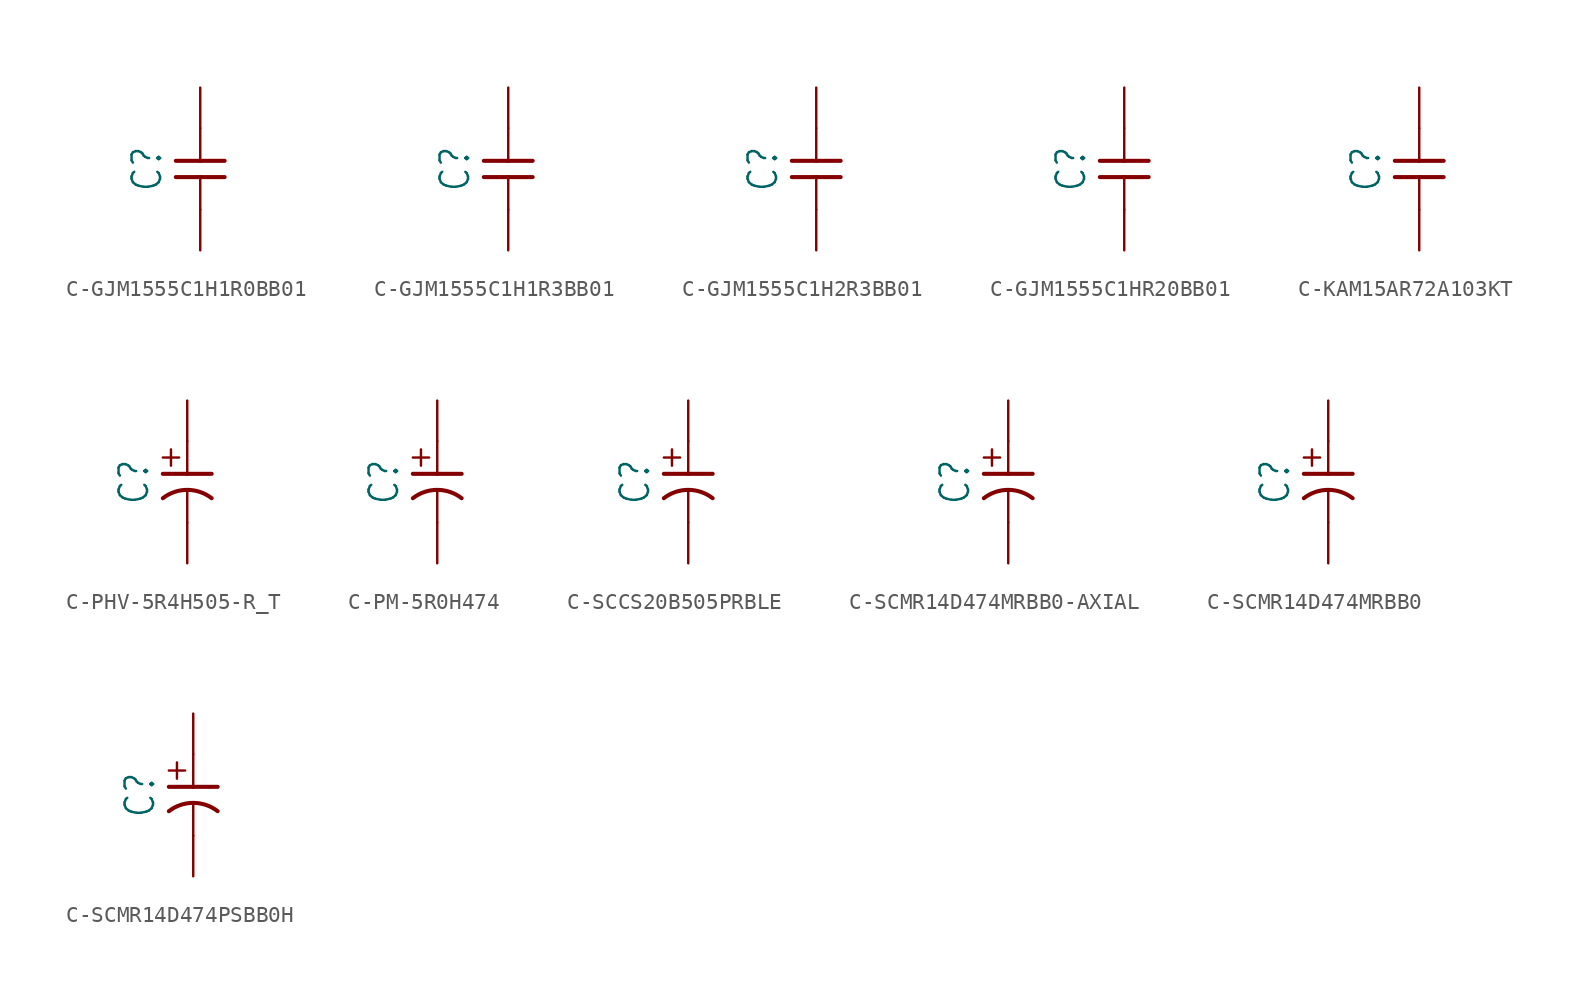
<source format=kicad_sym>
(kicad_symbol_lib
  (version 20231120)
  (generator "kicad_symbol_editor")
  (generator_version "8.0")
  (symbol "C-GJM1555C1H1R0BB01"
    (property "Reference" "C"
      (at -2.286 0 90)
      (effects (font (size 1.778 1.511)) (justify bottom)))
    (property "Value" ""
      (at 2.286 0 90)
      (effects (font (size 1.778 1.511)) (justify top)))
    (property "ki_locked" ""
      (at 0 0 0)
      (effects (font (size 1.27 1.27))))
    (symbol "C-GJM1555C1H1R0BB01_1_0"
      (polyline (pts (xy -1.524 0.508) (xy 0 0.508)) (stroke (width 0.254) (type solid)) (fill (type none)))
      (polyline (pts (xy 0 -2.54) (xy 0 -0.508)) (stroke (width 0.152) (type solid)) (fill (type none)))
      (polyline (pts (xy 0 -0.508) (xy -1.524 -0.508)) (stroke (width 0.254) (type solid)) (fill (type none)))
      (polyline (pts (xy 0 0.508) (xy 0 2.54)) (stroke (width 0.152) (type solid)) (fill (type none)))
      (polyline (pts (xy 0 0.508) (xy 1.524 0.508)) (stroke (width 0.254) (type solid)) (fill (type none)))
      (polyline (pts (xy 1.524 -0.508) (xy 0 -0.508)) (stroke (width 0.254) (type solid)) (fill (type none)))
      (pin passive line (at 0 5.08 270) (length 2.54) (name "1" (effects (font (size 0 0)))) (number "1" (effects (font (size 0 0)))))
      (pin passive line (at 0 -5.08 90) (length 2.54) (name "2" (effects (font (size 0 0)))) (number "2" (effects (font (size 0 0)))))))
  (symbol "C-GJM1555C1H1R3BB01"
    (property "Reference" "C"
      (at -2.286 0 90)
      (effects (font (size 1.778 1.511)) (justify bottom)))
    (property "Value" ""
      (at 2.286 0 90)
      (effects (font (size 1.778 1.511)) (justify top)))
    (property "ki_locked" ""
      (at 0 0 0)
      (effects (font (size 1.27 1.27))))
    (symbol "C-GJM1555C1H1R3BB01_1_0"
      (polyline (pts (xy -1.524 0.508) (xy 0 0.508)) (stroke (width 0.254) (type solid)) (fill (type none)))
      (polyline (pts (xy 0 -2.54) (xy 0 -0.508)) (stroke (width 0.152) (type solid)) (fill (type none)))
      (polyline (pts (xy 0 -0.508) (xy -1.524 -0.508)) (stroke (width 0.254) (type solid)) (fill (type none)))
      (polyline (pts (xy 0 0.508) (xy 0 2.54)) (stroke (width 0.152) (type solid)) (fill (type none)))
      (polyline (pts (xy 0 0.508) (xy 1.524 0.508)) (stroke (width 0.254) (type solid)) (fill (type none)))
      (polyline (pts (xy 1.524 -0.508) (xy 0 -0.508)) (stroke (width 0.254) (type solid)) (fill (type none)))
      (pin passive line (at 0 5.08 270) (length 2.54) (name "1" (effects (font (size 0 0)))) (number "1" (effects (font (size 0 0)))))
      (pin passive line (at 0 -5.08 90) (length 2.54) (name "2" (effects (font (size 0 0)))) (number "2" (effects (font (size 0 0)))))))
  (symbol "C-GJM1555C1H2R3BB01"
    (property "Reference" "C"
      (at -2.286 0 90)
      (effects (font (size 1.778 1.511)) (justify bottom)))
    (property "Value" ""
      (at 2.286 0 90)
      (effects (font (size 1.778 1.511)) (justify top)))
    (property "ki_locked" ""
      (at 0 0 0)
      (effects (font (size 1.27 1.27))))
    (symbol "C-GJM1555C1H2R3BB01_1_0"
      (polyline (pts (xy -1.524 0.508) (xy 0 0.508)) (stroke (width 0.254) (type solid)) (fill (type none)))
      (polyline (pts (xy 0 -2.54) (xy 0 -0.508)) (stroke (width 0.152) (type solid)) (fill (type none)))
      (polyline (pts (xy 0 -0.508) (xy -1.524 -0.508)) (stroke (width 0.254) (type solid)) (fill (type none)))
      (polyline (pts (xy 0 0.508) (xy 0 2.54)) (stroke (width 0.152) (type solid)) (fill (type none)))
      (polyline (pts (xy 0 0.508) (xy 1.524 0.508)) (stroke (width 0.254) (type solid)) (fill (type none)))
      (polyline (pts (xy 1.524 -0.508) (xy 0 -0.508)) (stroke (width 0.254) (type solid)) (fill (type none)))
      (pin passive line (at 0 5.08 270) (length 2.54) (name "1" (effects (font (size 0 0)))) (number "1" (effects (font (size 0 0)))))
      (pin passive line (at 0 -5.08 90) (length 2.54) (name "2" (effects (font (size 0 0)))) (number "2" (effects (font (size 0 0)))))))
  (symbol "C-GJM1555C1HR20BB01"
    (property "Reference" "C"
      (at -2.286 0 90)
      (effects (font (size 1.778 1.511)) (justify bottom)))
    (property "Value" ""
      (at 2.286 0 90)
      (effects (font (size 1.778 1.511)) (justify top)))
    (property "ki_locked" ""
      (at 0 0 0)
      (effects (font (size 1.27 1.27))))
    (symbol "C-GJM1555C1HR20BB01_1_0"
      (polyline (pts (xy -1.524 0.508) (xy 0 0.508)) (stroke (width 0.254) (type solid)) (fill (type none)))
      (polyline (pts (xy 0 -2.54) (xy 0 -0.508)) (stroke (width 0.152) (type solid)) (fill (type none)))
      (polyline (pts (xy 0 -0.508) (xy -1.524 -0.508)) (stroke (width 0.254) (type solid)) (fill (type none)))
      (polyline (pts (xy 0 0.508) (xy 0 2.54)) (stroke (width 0.152) (type solid)) (fill (type none)))
      (polyline (pts (xy 0 0.508) (xy 1.524 0.508)) (stroke (width 0.254) (type solid)) (fill (type none)))
      (polyline (pts (xy 1.524 -0.508) (xy 0 -0.508)) (stroke (width 0.254) (type solid)) (fill (type none)))
      (pin passive line (at 0 5.08 270) (length 2.54) (name "1" (effects (font (size 0 0)))) (number "1" (effects (font (size 0 0)))))
      (pin passive line (at 0 -5.08 90) (length 2.54) (name "2" (effects (font (size 0 0)))) (number "2" (effects (font (size 0 0)))))))
  (symbol "C-KAM15AR72A103KT"
    (property "Reference" "C"
      (at -2.286 0 90)
      (effects (font (size 1.778 1.511)) (justify bottom)))
    (property "Value" ""
      (at 2.286 0 90)
      (effects (font (size 1.778 1.511)) (justify top)))
    (property "ki_locked" ""
      (at 0 0 0)
      (effects (font (size 1.27 1.27))))
    (symbol "C-KAM15AR72A103KT_1_0"
      (polyline (pts (xy -1.524 0.508) (xy 0 0.508)) (stroke (width 0.254) (type solid)) (fill (type none)))
      (polyline (pts (xy 0 -2.54) (xy 0 -0.508)) (stroke (width 0.152) (type solid)) (fill (type none)))
      (polyline (pts (xy 0 -0.508) (xy -1.524 -0.508)) (stroke (width 0.254) (type solid)) (fill (type none)))
      (polyline (pts (xy 0 0.508) (xy 0 2.54)) (stroke (width 0.152) (type solid)) (fill (type none)))
      (polyline (pts (xy 0 0.508) (xy 1.524 0.508)) (stroke (width 0.254) (type solid)) (fill (type none)))
      (polyline (pts (xy 1.524 -0.508) (xy 0 -0.508)) (stroke (width 0.254) (type solid)) (fill (type none)))
      (pin passive line (at 0 5.08 270) (length 2.54) (name "1" (effects (font (size 0 0)))) (number "1" (effects (font (size 0 0)))))
      (pin passive line (at 0 -5.08 90) (length 2.54) (name "2" (effects (font (size 0 0)))) (number "2" (effects (font (size 0 0)))))))
  (symbol "C-PHV-5R4H505-R_T"
    (property "Reference" "C"
      (at -2.286 0 90)
      (effects (font (size 1.778 1.511)) (justify bottom)))
    (property "Value" ""
      (at 2.286 0 90)
      (effects (font (size 1.778 1.511)) (justify top)))
    (property "ki_locked" ""
      (at 0 0 0)
      (effects (font (size 1.27 1.27))))
    (symbol "C-PHV-5R4H505-R_T_1_0"
      (polyline (pts (xy -1.524 0.508) (xy 0 0.508)) (stroke (width 0.254) (type solid)) (fill (type none)))
      (polyline (pts (xy -1.524 1.524) (xy -0.508 1.524)) (stroke (width 0.152) (type solid)) (fill (type none)))
      (polyline (pts (xy -1.016 1.016) (xy -1.016 2.032)) (stroke (width 0.152) (type solid)) (fill (type none)))
      (polyline (pts (xy 0 -2.54) (xy 0 -0.508)) (stroke (width 0.152) (type solid)) (fill (type none)))
      (polyline (pts (xy 0 0.508) (xy 0 2.54)) (stroke (width 0.152) (type solid)) (fill (type none)))
      (polyline (pts (xy 0 0.508) (xy 1.524 0.508)) (stroke (width 0.254) (type solid)) (fill (type none)))
      (arc (start 1.5239 -1.0159) (mid -0.0001 -0.495) (end -1.524 -1.016) (stroke (width 0.254) (type solid)) (fill (type none)))
      (pin passive line (at 0 5.08 270) (length 2.54) (name "A" (effects (font (size 0 0)))) (number "A" (effects (font (size 0 0)))))
      (pin passive line (at 0 -5.08 90) (length 2.54) (name "C" (effects (font (size 0 0)))) (number "C" (effects (font (size 0 0)))))))
  (symbol "C-PM-5R0H474"
    (property "Reference" "C"
      (at -2.286 0 90)
      (effects (font (size 1.778 1.511)) (justify bottom)))
    (property "Value" ""
      (at 2.286 0 90)
      (effects (font (size 1.778 1.511)) (justify top)))
    (property "ki_locked" ""
      (at 0 0 0)
      (effects (font (size 1.27 1.27))))
    (symbol "C-PM-5R0H474_1_0"
      (polyline (pts (xy -1.524 0.508) (xy 0 0.508)) (stroke (width 0.254) (type solid)) (fill (type none)))
      (polyline (pts (xy -1.524 1.524) (xy -0.508 1.524)) (stroke (width 0.152) (type solid)) (fill (type none)))
      (polyline (pts (xy -1.016 1.016) (xy -1.016 2.032)) (stroke (width 0.152) (type solid)) (fill (type none)))
      (polyline (pts (xy 0 -2.54) (xy 0 -0.508)) (stroke (width 0.152) (type solid)) (fill (type none)))
      (polyline (pts (xy 0 0.508) (xy 0 2.54)) (stroke (width 0.152) (type solid)) (fill (type none)))
      (polyline (pts (xy 0 0.508) (xy 1.524 0.508)) (stroke (width 0.254) (type solid)) (fill (type none)))
      (arc (start 1.5239 -1.0159) (mid -0.0001 -0.495) (end -1.524 -1.016) (stroke (width 0.254) (type solid)) (fill (type none)))
      (pin passive line (at 0 5.08 270) (length 2.54) (name "A" (effects (font (size 0 0)))) (number "A" (effects (font (size 0 0)))))
      (pin passive line (at 0 -5.08 90) (length 2.54) (name "C" (effects (font (size 0 0)))) (number "C" (effects (font (size 0 0)))))))
  (symbol "C-SCCS20B505PRBLE"
    (property "Reference" "C"
      (at -2.286 0 90)
      (effects (font (size 1.778 1.511)) (justify bottom)))
    (property "Value" ""
      (at 2.286 0 90)
      (effects (font (size 1.778 1.511)) (justify top)))
    (property "ki_locked" ""
      (at 0 0 0)
      (effects (font (size 1.27 1.27))))
    (symbol "C-SCCS20B505PRBLE_1_0"
      (polyline (pts (xy -1.524 0.508) (xy 0 0.508)) (stroke (width 0.254) (type solid)) (fill (type none)))
      (polyline (pts (xy -1.524 1.524) (xy -0.508 1.524)) (stroke (width 0.152) (type solid)) (fill (type none)))
      (polyline (pts (xy -1.016 1.016) (xy -1.016 2.032)) (stroke (width 0.152) (type solid)) (fill (type none)))
      (polyline (pts (xy 0 -2.54) (xy 0 -0.508)) (stroke (width 0.152) (type solid)) (fill (type none)))
      (polyline (pts (xy 0 0.508) (xy 0 2.54)) (stroke (width 0.152) (type solid)) (fill (type none)))
      (polyline (pts (xy 0 0.508) (xy 1.524 0.508)) (stroke (width 0.254) (type solid)) (fill (type none)))
      (arc (start 1.5239 -1.0159) (mid -0.0001 -0.495) (end -1.524 -1.016) (stroke (width 0.254) (type solid)) (fill (type none)))
      (pin passive line (at 0 5.08 270) (length 2.54) (name "A" (effects (font (size 0 0)))) (number "A" (effects (font (size 0 0)))))
      (pin passive line (at 0 -5.08 90) (length 2.54) (name "C" (effects (font (size 0 0)))) (number "C" (effects (font (size 0 0)))))))
  (symbol "C-SCMR14D474MRBB0-AXIAL"
    (property "Reference" "C"
      (at -2.286 0 90)
      (effects (font (size 1.778 1.511)) (justify bottom)))
    (property "Value" ""
      (at 2.286 0 90)
      (effects (font (size 1.778 1.511)) (justify top)))
    (property "ki_locked" ""
      (at 0 0 0)
      (effects (font (size 1.27 1.27))))
    (symbol "C-SCMR14D474MRBB0-AXIAL_1_0"
      (polyline (pts (xy -1.524 0.508) (xy 0 0.508)) (stroke (width 0.254) (type solid)) (fill (type none)))
      (polyline (pts (xy -1.524 1.524) (xy -0.508 1.524)) (stroke (width 0.152) (type solid)) (fill (type none)))
      (polyline (pts (xy -1.016 1.016) (xy -1.016 2.032)) (stroke (width 0.152) (type solid)) (fill (type none)))
      (polyline (pts (xy 0 -2.54) (xy 0 -0.508)) (stroke (width 0.152) (type solid)) (fill (type none)))
      (polyline (pts (xy 0 0.508) (xy 0 2.54)) (stroke (width 0.152) (type solid)) (fill (type none)))
      (polyline (pts (xy 0 0.508) (xy 1.524 0.508)) (stroke (width 0.254) (type solid)) (fill (type none)))
      (arc (start 1.5239 -1.0159) (mid -0.0001 -0.495) (end -1.524 -1.016) (stroke (width 0.254) (type solid)) (fill (type none)))
      (pin passive line (at 0 5.08 270) (length 2.54) (name "A" (effects (font (size 0 0)))) (number "A" (effects (font (size 0 0)))))
      (pin passive line (at 0 -5.08 90) (length 2.54) (name "C" (effects (font (size 0 0)))) (number "C" (effects (font (size 0 0)))))))
  (symbol "C-SCMR14D474MRBB0"
    (property "Reference" "C"
      (at -2.286 0 90)
      (effects (font (size 1.778 1.511)) (justify bottom)))
    (property "Value" ""
      (at 2.286 0 90)
      (effects (font (size 1.778 1.511)) (justify top)))
    (property "ki_locked" ""
      (at 0 0 0)
      (effects (font (size 1.27 1.27))))
    (symbol "C-SCMR14D474MRBB0_1_0"
      (polyline (pts (xy -1.524 0.508) (xy 0 0.508)) (stroke (width 0.254) (type solid)) (fill (type none)))
      (polyline (pts (xy -1.524 1.524) (xy -0.508 1.524)) (stroke (width 0.152) (type solid)) (fill (type none)))
      (polyline (pts (xy -1.016 1.016) (xy -1.016 2.032)) (stroke (width 0.152) (type solid)) (fill (type none)))
      (polyline (pts (xy 0 -2.54) (xy 0 -0.508)) (stroke (width 0.152) (type solid)) (fill (type none)))
      (polyline (pts (xy 0 0.508) (xy 0 2.54)) (stroke (width 0.152) (type solid)) (fill (type none)))
      (polyline (pts (xy 0 0.508) (xy 1.524 0.508)) (stroke (width 0.254) (type solid)) (fill (type none)))
      (arc (start 1.5239 -1.0159) (mid -0.0001 -0.495) (end -1.524 -1.016) (stroke (width 0.254) (type solid)) (fill (type none)))
      (pin passive line (at 0 5.08 270) (length 2.54) (name "A" (effects (font (size 0 0)))) (number "A" (effects (font (size 0 0)))))
      (pin passive line (at 0 -5.08 90) (length 2.54) (name "C" (effects (font (size 0 0)))) (number "C" (effects (font (size 0 0)))))))
  (symbol "C-SCMR14D474PSBB0H"
    (property "Reference" "C"
      (at -2.286 0 90)
      (effects (font (size 1.778 1.511)) (justify bottom)))
    (property "Value" ""
      (at 2.286 0 90)
      (effects (font (size 1.778 1.511)) (justify top)))
    (property "ki_locked" ""
      (at 0 0 0)
      (effects (font (size 1.27 1.27))))
    (symbol "C-SCMR14D474PSBB0H_1_0"
      (polyline (pts (xy -1.524 0.508) (xy 0 0.508)) (stroke (width 0.254) (type solid)) (fill (type none)))
      (polyline (pts (xy -1.524 1.524) (xy -0.508 1.524)) (stroke (width 0.152) (type solid)) (fill (type none)))
      (polyline (pts (xy -1.016 1.016) (xy -1.016 2.032)) (stroke (width 0.152) (type solid)) (fill (type none)))
      (polyline (pts (xy 0 -2.54) (xy 0 -0.508)) (stroke (width 0.152) (type solid)) (fill (type none)))
      (polyline (pts (xy 0 0.508) (xy 0 2.54)) (stroke (width 0.152) (type solid)) (fill (type none)))
      (polyline (pts (xy 0 0.508) (xy 1.524 0.508)) (stroke (width 0.254) (type solid)) (fill (type none)))
      (arc (start 1.5239 -1.0159) (mid -0.0001 -0.495) (end -1.524 -1.016) (stroke (width 0.254) (type solid)) (fill (type none)))
      (pin passive line (at 0 5.08 270) (length 2.54) (name "A" (effects (font (size 0 0)))) (number "A" (effects (font (size 0 0)))))
      (pin passive line (at 0 -5.08 90) (length 2.54) (name "C" (effects (font (size 0 0)))) (number "C" (effects (font (size 0 0))))))))
</source>
